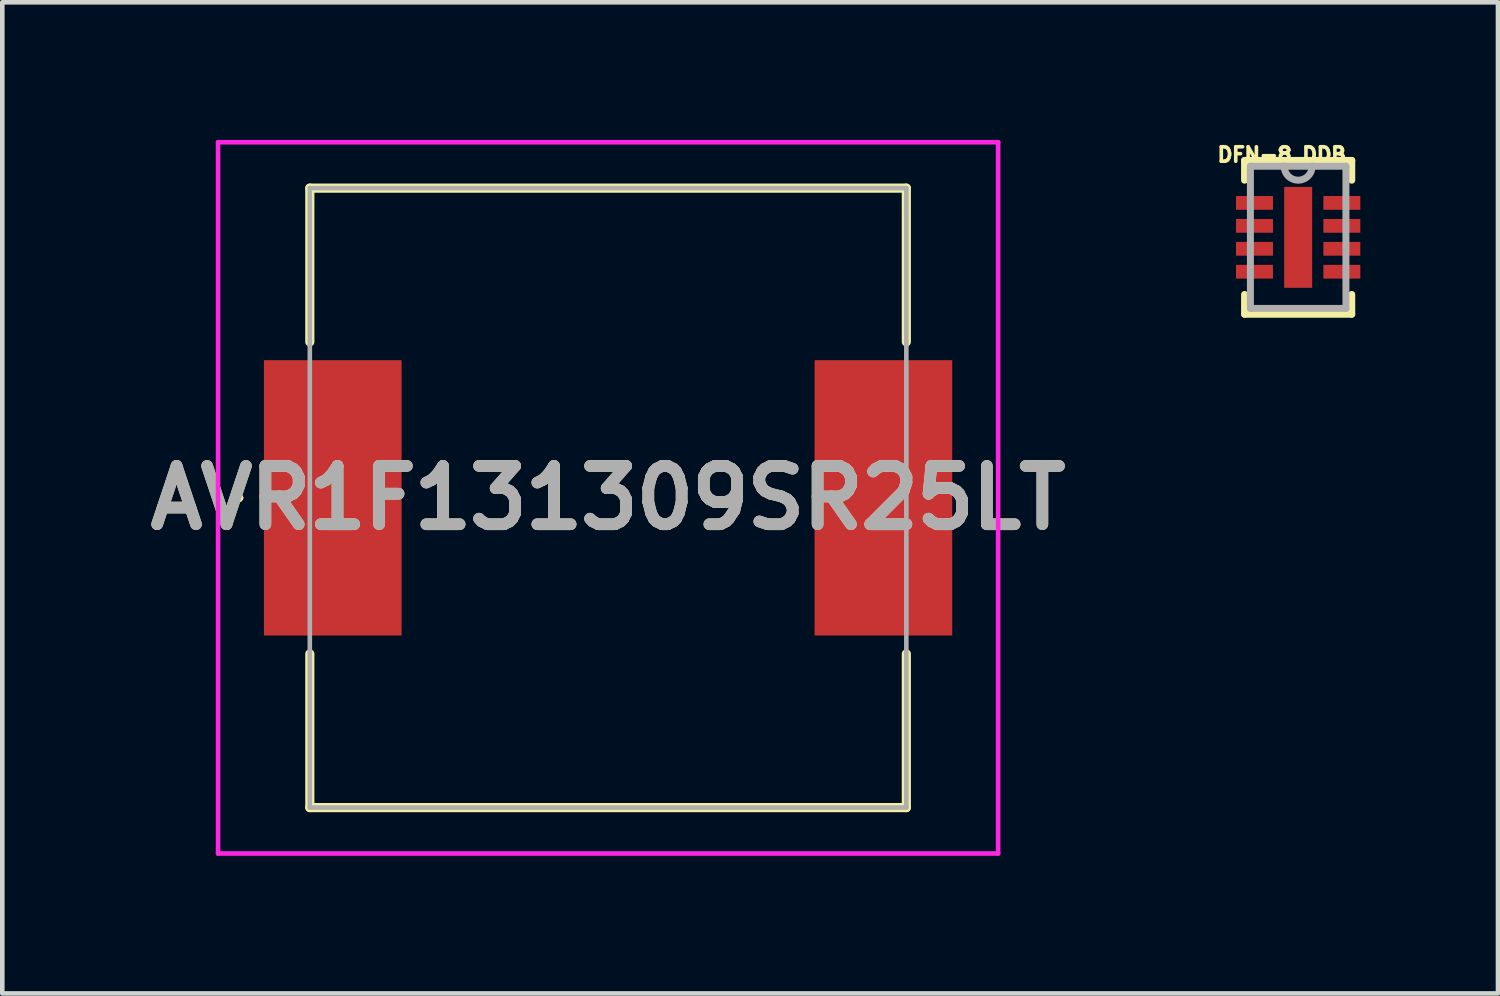
<source format=kicad_pcb>
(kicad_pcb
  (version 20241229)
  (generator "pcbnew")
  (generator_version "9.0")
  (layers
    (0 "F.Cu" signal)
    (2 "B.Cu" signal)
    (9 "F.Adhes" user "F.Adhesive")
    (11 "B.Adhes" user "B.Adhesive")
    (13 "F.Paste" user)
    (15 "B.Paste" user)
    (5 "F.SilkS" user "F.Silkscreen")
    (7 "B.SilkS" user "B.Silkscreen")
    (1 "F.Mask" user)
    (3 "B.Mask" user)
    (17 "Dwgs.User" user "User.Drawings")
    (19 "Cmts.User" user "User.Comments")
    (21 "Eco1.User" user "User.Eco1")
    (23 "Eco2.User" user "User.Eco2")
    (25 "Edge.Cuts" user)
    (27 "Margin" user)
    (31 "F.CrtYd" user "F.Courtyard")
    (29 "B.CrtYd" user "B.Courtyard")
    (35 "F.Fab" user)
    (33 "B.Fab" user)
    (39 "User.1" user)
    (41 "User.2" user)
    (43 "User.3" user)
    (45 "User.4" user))
  (footprint "AVR1F131309SR25LT"
    (layer "F.Cu")
    (at 10.202 7.8)
    (property "Reference" "AVR1F131309SR25LT" (at 0 0 0) (layer "F.SilkS") (effects (font (size 1.27 1.27) (thickness 0.254))))
    (attr smd)
    (fp_line (start -8.1 0) (end -8.1 0) (stroke (width 0.1) (type solid)) (layer "F.SilkS"))
    (fp_line (start -8 0) (end -8 0) (stroke (width 0.1) (type solid)) (layer "F.SilkS"))
    (fp_line (start -6.5 -6.75) (end 6.5 -6.75) (stroke (width 0.2) (type solid)) (layer "F.SilkS"))
    (fp_line (start -6.5 -3.4) (end -6.5 -6.75) (stroke (width 0.2) (type solid)) (layer "F.SilkS"))
    (fp_line (start -6.5 3.4) (end -6.5 6.75) (stroke (width 0.2) (type solid)) (layer "F.SilkS"))
    (fp_line (start -6.5 6.75) (end 6.5 6.75) (stroke (width 0.2) (type solid)) (layer "F.SilkS"))
    (fp_line (start 6.5 -6.75) (end 6.5 -3.4) (stroke (width 0.2) (type solid)) (layer "F.SilkS"))
    (fp_line (start 6.5 6.75) (end 6.5 3.4) (stroke (width 0.2) (type solid)) (layer "F.SilkS"))
    (fp_arc (start -8.1 0) (mid -8.05 -0.05) (end -8 0) (stroke (width 0.1) (type solid)) (layer "F.SilkS"))
    (fp_arc (start -8 0) (mid -8.05 0.05) (end -8.1 0) (stroke (width 0.1) (type solid)) (layer "F.SilkS"))
    (fp_line (start -8.5 -7.75) (end 8.5 -7.75) (stroke (width 0.1) (type solid)) (layer "F.CrtYd"))
    (fp_line (start -8.5 7.75) (end -8.5 -7.75) (stroke (width 0.1) (type solid)) (layer "F.CrtYd"))
    (fp_line (start 8.5 -7.75) (end 8.5 7.75) (stroke (width 0.1) (type solid)) (layer "F.CrtYd"))
    (fp_line (start 8.5 7.75) (end -8.5 7.75) (stroke (width 0.1) (type solid)) (layer "F.CrtYd"))
    (fp_line (start -6.5 -6.75) (end 6.5 -6.75) (stroke (width 0.1) (type solid)) (layer "F.Fab"))
    (fp_line (start -6.5 6.75) (end -6.5 -6.75) (stroke (width 0.1) (type solid)) (layer "F.Fab"))
    (fp_line (start 6.5 -6.75) (end 6.5 6.75) (stroke (width 0.1) (type solid)) (layer "F.Fab"))
    (fp_line (start 6.5 6.75) (end -6.5 6.75) (stroke (width 0.1) (type solid)) (layer "F.Fab"))
    (fp_text user "${REFERENCE}" (at 0 0 0) (layer "F.Fab") (effects (font (size 1.27 1.27) (thickness 0.254))))
    (pad "1" smd rect (at -6 0) (size 3 6) (layers "F.Cu" "F.Mask" "F.Paste"))
    (pad "2" smd rect (at 6 0) (size 3 6) (layers "F.Cu" "F.Mask" "F.Paste")))
  (footprint "DFN-8_DDB"
    (layer "F.Cu")
    (at 25.241 2.122)
    (property "Reference" "DFN-8_DDB" (at -0.355 -1.8 0) (layer "F.SilkS") (effects (font (size 0.315 0.315) (thickness 0.15))))
    (attr smd)
    (fp_line (start -1.168 -1.676) (end -1.168 -1.245) (stroke (width 0.152) (type solid)) (layer "F.SilkS"))
    (fp_line (start -1.168 1.245) (end -1.168 1.676) (stroke (width 0.152) (type solid)) (layer "F.SilkS"))
    (fp_line (start -1.168 1.676) (end 1.168 1.676) (stroke (width 0.152) (type solid)) (layer "F.SilkS"))
    (fp_line (start 1.168 -1.676) (end -1.168 -1.676) (stroke (width 0.152) (type solid)) (layer "F.SilkS"))
    (fp_line (start 1.168 -1.245) (end 1.168 -1.676) (stroke (width 0.152) (type solid)) (layer "F.SilkS"))
    (fp_line (start 1.168 1.676) (end 1.168 1.245) (stroke (width 0.152) (type solid)) (layer "F.SilkS"))
    (fp_poly (pts (xy -0.305 -1.1) (xy -0.305 1.1) (xy 0.305 1.1) (xy 0.305 -1.1)) (stroke (width 0.025) (type solid)) (fill yes) (layer "F.Paste"))
    (fp_line (start -1.041 -1.549) (end -1.041 1.549) (stroke (width 0.152) (type solid)) (layer "F.Fab"))
    (fp_line (start -1.041 1.549) (end 1.041 1.549) (stroke (width 0.152) (type solid)) (layer "F.Fab"))
    (fp_line (start -0.305 -1.549) (end -1.041 -1.549) (stroke (width 0.152) (type solid)) (layer "F.Fab"))
    (fp_line (start 0.305 -1.549) (end -0.305 -1.549) (stroke (width 0.152) (type solid)) (layer "F.Fab"))
    (fp_line (start 1.041 -1.549) (end 0.305 -1.549) (stroke (width 0.152) (type solid)) (layer "F.Fab"))
    (fp_line (start 1.041 1.549) (end 1.041 -1.549) (stroke (width 0.152) (type solid)) (layer "F.Fab"))
    (fp_arc (start 0.3048 -1.5494) (mid 0 -1.2446) (end -0.3048 -1.5494) (stroke (width 0.1524) (type solid)) (layer "F.Fab"))
    (pad "1" smd rect (at -0.952 -0.75) (size 0.805 0.3) (layers "F.Cu" "F.Mask" "F.Paste"))
    (pad "2" smd rect (at -0.952 -0.25) (size 0.805 0.3) (layers "F.Cu" "F.Mask" "F.Paste"))
    (pad "3" smd rect (at -0.952 0.25) (size 0.805 0.3) (layers "F.Cu" "F.Mask" "F.Paste"))
    (pad "4" smd rect (at -0.952 0.75) (size 0.805 0.3) (layers "F.Cu" "F.Mask" "F.Paste"))
    (pad "5" smd rect (at 0.952 0.75) (size 0.805 0.3) (layers "F.Cu" "F.Mask" "F.Paste"))
    (pad "6" smd rect (at 0.952 0.25) (size 0.805 0.3) (layers "F.Cu" "F.Mask" "F.Paste"))
    (pad "7" smd rect (at 0.952 -0.25) (size 0.805 0.3) (layers "F.Cu" "F.Mask" "F.Paste"))
    (pad "8" smd rect (at 0.952 -0.75) (size 0.805 0.3) (layers "F.Cu" "F.Mask" "F.Paste"))
    (pad "9" smd rect (at 0 0) (size 0.61 2.2) (layers "F.Cu" "F.Mask")))
  (gr_rect
    (start -3 -3)
    (end 29.596 18.6)
    (stroke (width 0.1) (type default))
    (fill no)
    (layer "Edge.Cuts")))
</source>
